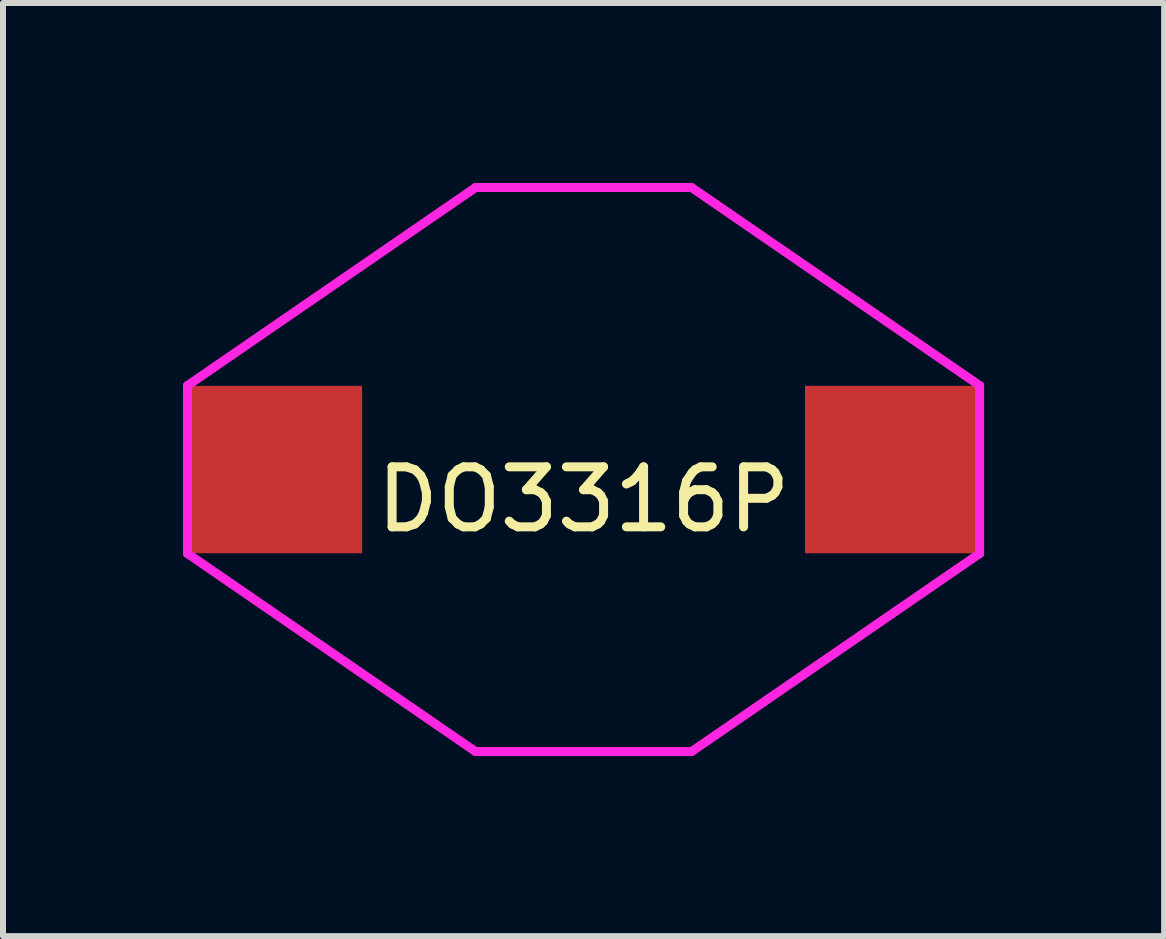
<source format=kicad_pcb>
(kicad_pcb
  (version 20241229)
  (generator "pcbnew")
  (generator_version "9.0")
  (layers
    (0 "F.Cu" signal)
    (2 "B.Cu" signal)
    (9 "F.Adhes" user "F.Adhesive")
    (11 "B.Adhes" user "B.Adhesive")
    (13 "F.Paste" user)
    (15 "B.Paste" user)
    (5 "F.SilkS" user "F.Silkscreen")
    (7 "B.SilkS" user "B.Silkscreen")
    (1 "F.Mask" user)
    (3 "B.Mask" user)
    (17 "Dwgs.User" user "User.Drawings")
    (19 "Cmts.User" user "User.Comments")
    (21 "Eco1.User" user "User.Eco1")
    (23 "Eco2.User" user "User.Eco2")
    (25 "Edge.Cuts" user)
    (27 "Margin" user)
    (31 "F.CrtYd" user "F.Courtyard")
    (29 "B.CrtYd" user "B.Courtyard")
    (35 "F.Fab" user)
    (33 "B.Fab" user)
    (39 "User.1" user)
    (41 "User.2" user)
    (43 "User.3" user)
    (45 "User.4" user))
  (footprint "DO3316P"
    (layer "F.Cu")
    (at 6.675 4.775)
    (property "Reference" "DO3316P" (at 0 0.5 0) (layer "F.SilkS") (effects (font (size 1 1) (thickness 0.15))))
    (attr through_hole)
    (fp_line (start -6.6 -1.4) (end -6.6 1.4) (stroke (width 0.15) (type solid)) (layer "F.CrtYd"))
    (fp_line (start -6.6 1.4) (end -1.8 4.7) (stroke (width 0.15) (type solid)) (layer "F.CrtYd"))
    (fp_line (start -1.8 -4.7) (end -6.6 -1.4) (stroke (width 0.15) (type solid)) (layer "F.CrtYd"))
    (fp_line (start -1.8 4.7) (end 1.8 4.7) (stroke (width 0.15) (type solid)) (layer "F.CrtYd"))
    (fp_line (start 1.8 -4.7) (end -1.8 -4.7) (stroke (width 0.15) (type solid)) (layer "F.CrtYd"))
    (fp_line (start 1.8 4.7) (end 6.6 1.4) (stroke (width 0.15) (type solid)) (layer "F.CrtYd"))
    (fp_line (start 6.6 -1.4) (end 1.8 -4.7) (stroke (width 0.15) (type solid)) (layer "F.CrtYd"))
    (fp_line (start 6.6 1.4) (end 6.6 -1.4) (stroke (width 0.15) (type solid)) (layer "F.CrtYd"))
    (pad "1" smd rect (at -5.15 0) (size 2.92 2.79) (layers "F.Cu" "F.Mask" "F.Paste"))
    (pad "2" smd rect (at 5.15 0) (size 2.92 2.79) (layers "F.Cu" "F.Mask" "F.Paste")))
  (gr_rect
    (start -3 -3)
    (end 16.35 12.55)
    (stroke (width 0.1) (type default))
    (fill no)
    (layer "Edge.Cuts")))
</source>
